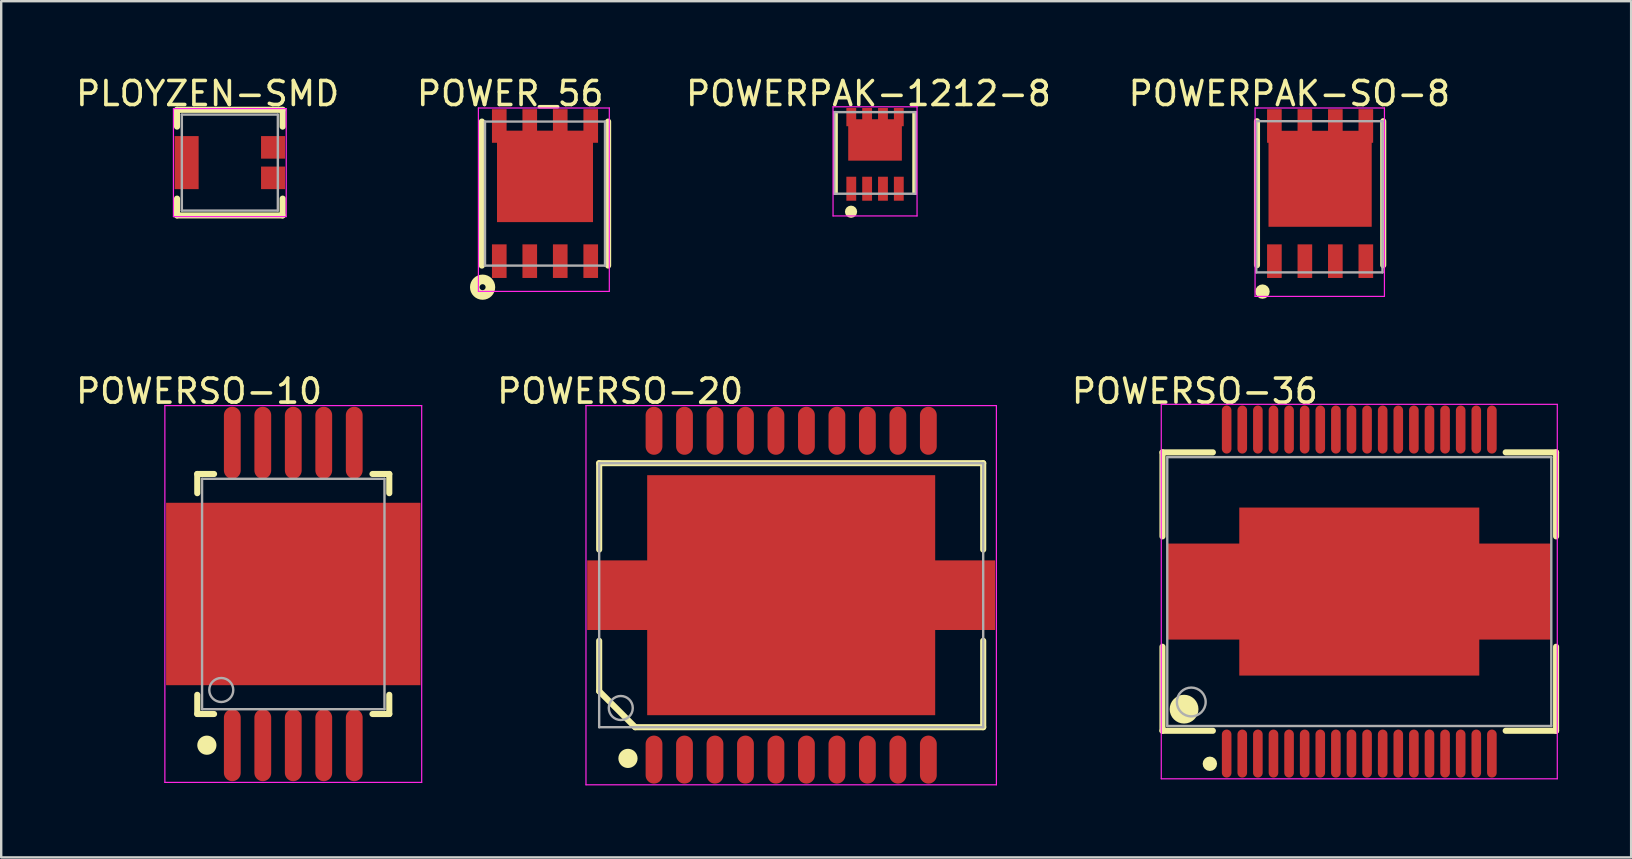
<source format=kicad_pcb>
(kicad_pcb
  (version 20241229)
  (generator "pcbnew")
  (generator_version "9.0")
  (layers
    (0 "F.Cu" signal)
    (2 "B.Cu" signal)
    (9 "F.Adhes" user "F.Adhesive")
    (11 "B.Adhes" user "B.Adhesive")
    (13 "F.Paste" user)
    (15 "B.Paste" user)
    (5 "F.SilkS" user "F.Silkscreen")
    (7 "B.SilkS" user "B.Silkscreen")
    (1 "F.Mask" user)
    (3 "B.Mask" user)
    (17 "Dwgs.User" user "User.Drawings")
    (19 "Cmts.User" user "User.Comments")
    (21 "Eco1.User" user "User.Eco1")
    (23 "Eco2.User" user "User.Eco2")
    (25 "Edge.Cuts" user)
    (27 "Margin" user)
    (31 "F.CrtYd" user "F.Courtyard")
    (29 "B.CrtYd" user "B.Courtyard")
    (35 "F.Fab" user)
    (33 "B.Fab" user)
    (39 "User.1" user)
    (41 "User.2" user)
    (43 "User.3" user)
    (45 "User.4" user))
  (footprint "POWERSO-20"
    (layer "F.Cu")
    (at 29.914 21.748)
    (property "Reference" "POWERSO-20" (at -7.125 -8.501 0) (layer "F.SilkS") (effects (font (size 1 1) (thickness 0.15))))
    (attr through_hole)
    (fp_line (start -8 -5.5) (end 8 -5.5) (stroke (width 0.254) (type solid)) (layer "F.SilkS"))
    (fp_line (start -8 -1.9) (end -8 -5.5) (stroke (width 0.254) (type solid)) (layer "F.SilkS"))
    (fp_line (start -8 4) (end -8 1.9) (stroke (width 0.254) (type solid)) (layer "F.SilkS"))
    (fp_line (start -8 4) (end -6.5 5.5) (stroke (width 0.254) (type solid)) (layer "F.SilkS"))
    (fp_line (start -6.5 5.5) (end 8 5.5) (stroke (width 0.254) (type solid)) (layer "F.SilkS"))
    (fp_line (start 8 -1.9) (end 8 -5.5) (stroke (width 0.254) (type solid)) (layer "F.SilkS"))
    (fp_line (start 8 5.5) (end 8 1.9) (stroke (width 0.254) (type solid)) (layer "F.SilkS"))
    (fp_circle (center -6.8 6.8) (end -6.6 6.8) (stroke (width 0.4) (type solid)) (fill no) (layer "F.SilkS"))
    (fp_line (start -8.55 -7.9) (end 8.55 -7.9) (stroke (width 0.05) (type solid)) (layer "F.CrtYd"))
    (fp_line (start -8.55 7.9) (end -8.55 -7.9) (stroke (width 0.05) (type solid)) (layer "F.CrtYd"))
    (fp_line (start 8.55 -7.9) (end 8.55 7.9) (stroke (width 0.05) (type solid)) (layer "F.CrtYd"))
    (fp_line (start 8.55 7.9) (end -8.55 7.9) (stroke (width 0.05) (type solid)) (layer "F.CrtYd"))
    (fp_line (start -8 -5.5) (end 8 -5.5) (stroke (width 0.1) (type solid)) (layer "F.Fab"))
    (fp_line (start -8 5.5) (end -8 -5.5) (stroke (width 0.1) (type solid)) (layer "F.Fab"))
    (fp_line (start -8 5.5) (end 8 5.5) (stroke (width 0.1) (type solid)) (layer "F.Fab"))
    (fp_line (start 8 5.5) (end 8 -5.5) (stroke (width 0.1) (type solid)) (layer "F.Fab"))
    (fp_circle (center -7.1 4.7) (end -6.6 4.7) (stroke (width 0.1) (type solid)) (fill no) (layer "F.Fab"))
    (pad "0" smd rect (at 0 0 90) (size 2.9 17) (layers "F.Cu" "F.Mask" "F.Paste"))
    (pad "0" smd rect (at 0 0 90) (size 10 12) (layers "F.Cu" "F.Mask" "F.Paste"))
    (pad "1" smd oval (at -5.715 6.85 90) (size 2 0.7) (layers "F.Cu" "F.Mask" "F.Paste"))
    (pad "2" smd oval (at -4.445 6.85 90) (size 2 0.7) (layers "F.Cu" "F.Mask" "F.Paste"))
    (pad "3" smd oval (at -3.175 6.85 90) (size 2 0.7) (layers "F.Cu" "F.Mask" "F.Paste"))
    (pad "4" smd oval (at -1.905 6.85 90) (size 2 0.7) (layers "F.Cu" "F.Mask" "F.Paste"))
    (pad "5" smd oval (at -0.635 6.85 90) (size 2 0.7) (layers "F.Cu" "F.Mask" "F.Paste"))
    (pad "6" smd oval (at 0.635 6.85 90) (size 2 0.7) (layers "F.Cu" "F.Mask" "F.Paste"))
    (pad "7" smd oval (at 1.905 6.85 90) (size 2 0.7) (layers "F.Cu" "F.Mask" "F.Paste"))
    (pad "8" smd oval (at 3.175 6.85 90) (size 2 0.7) (layers "F.Cu" "F.Mask" "F.Paste"))
    (pad "9" smd oval (at 4.445 6.85 90) (size 2 0.7) (layers "F.Cu" "F.Mask" "F.Paste"))
    (pad "10" smd oval (at 5.715 6.85 90) (size 2 0.7) (layers "F.Cu" "F.Mask" "F.Paste"))
    (pad "11" smd oval (at 5.715 -6.85 90) (size 2 0.7) (layers "F.Cu" "F.Mask" "F.Paste"))
    (pad "12" smd oval (at 4.445 -6.85 90) (size 2 0.7) (layers "F.Cu" "F.Mask" "F.Paste"))
    (pad "13" smd oval (at 3.175 -6.85 90) (size 2 0.7) (layers "F.Cu" "F.Mask" "F.Paste"))
    (pad "14" smd oval (at 1.905 -6.85 90) (size 2 0.7) (layers "F.Cu" "F.Mask" "F.Paste"))
    (pad "15" smd oval (at 0.635 -6.85 90) (size 2 0.7) (layers "F.Cu" "F.Mask" "F.Paste"))
    (pad "16" smd oval (at -0.635 -6.85 90) (size 2 0.7) (layers "F.Cu" "F.Mask" "F.Paste"))
    (pad "17" smd oval (at -1.905 -6.85 90) (size 2 0.7) (layers "F.Cu" "F.Mask" "F.Paste"))
    (pad "18" smd oval (at -3.175 -6.85 90) (size 2 0.7) (layers "F.Cu" "F.Mask" "F.Paste"))
    (pad "19" smd oval (at -4.445 -6.85 90) (size 2 0.7) (layers "F.Cu" "F.Mask" "F.Paste"))
    (pad "20" smd oval (at -5.715 -6.85 90) (size 2 0.7) (layers "F.Cu" "F.Mask" "F.Paste")))
  (footprint "POWERSO-10"
    (layer "F.Cu")
    (at 9.169 21.698)
    (property "Reference" "POWERSO-10" (at -3.925 -8.451 0) (layer "F.SilkS") (effects (font (size 1 1) (thickness 0.15))))
    (attr through_hole)
    (fp_line (start -4 -5) (end -3.3 -5) (stroke (width 0.254) (type solid)) (layer "F.SilkS"))
    (fp_line (start -4 -4.2) (end -4 -5) (stroke (width 0.254) (type solid)) (layer "F.SilkS"))
    (fp_line (start -4 5) (end -4 4.2) (stroke (width 0.254) (type solid)) (layer "F.SilkS"))
    (fp_line (start -4 5) (end -3.3 5) (stroke (width 0.254) (type solid)) (layer "F.SilkS"))
    (fp_line (start 3.3 -5) (end 4 -5) (stroke (width 0.254) (type solid)) (layer "F.SilkS"))
    (fp_line (start 3.3 5) (end 4 5) (stroke (width 0.254) (type solid)) (layer "F.SilkS"))
    (fp_line (start 4 -4.2) (end 4 -5) (stroke (width 0.254) (type solid)) (layer "F.SilkS"))
    (fp_line (start 4 5) (end 4 4.2) (stroke (width 0.254) (type solid)) (layer "F.SilkS"))
    (fp_circle (center -3.6 6.3) (end -3.4 6.3) (stroke (width 0.4) (type solid)) (fill no) (layer "F.SilkS"))
    (fp_line (start -5.35 -7.85) (end 5.35 -7.85) (stroke (width 0.05) (type solid)) (layer "F.CrtYd"))
    (fp_line (start -5.35 7.85) (end -5.35 -7.85) (stroke (width 0.05) (type solid)) (layer "F.CrtYd"))
    (fp_line (start 5.35 -7.85) (end 5.35 7.85) (stroke (width 0.05) (type solid)) (layer "F.CrtYd"))
    (fp_line (start 5.35 7.85) (end -5.35 7.85) (stroke (width 0.05) (type solid)) (layer "F.CrtYd"))
    (fp_line (start -3.8 -4.8) (end 3.8 -4.8) (stroke (width 0.1) (type solid)) (layer "F.Fab"))
    (fp_line (start -3.8 4.8) (end -3.8 -4.8) (stroke (width 0.1) (type solid)) (layer "F.Fab"))
    (fp_line (start -3.8 4.8) (end 3.8 4.8) (stroke (width 0.1) (type solid)) (layer "F.Fab"))
    (fp_line (start 3.8 4.8) (end 3.8 -4.8) (stroke (width 0.1) (type solid)) (layer "F.Fab"))
    (fp_circle (center -3 4) (end -2.5 4) (stroke (width 0.1) (type solid)) (fill no) (layer "F.Fab"))
    (pad "0" smd rect (at 0 0 90) (size 7.6 10.6) (layers "F.Cu" "F.Mask" "F.Paste"))
    (pad "1" smd oval (at -2.54 6.3 90) (size 3 0.7) (layers "F.Cu" "F.Mask" "F.Paste"))
    (pad "2" smd oval (at -1.27 6.3 90) (size 3 0.7) (layers "F.Cu" "F.Mask" "F.Paste"))
    (pad "3" smd oval (at 0 6.3 90) (size 3 0.7) (layers "F.Cu" "F.Mask" "F.Paste"))
    (pad "4" smd oval (at 1.27 6.3 90) (size 3 0.7) (layers "F.Cu" "F.Mask" "F.Paste"))
    (pad "5" smd oval (at 2.54 6.3 90) (size 3 0.7) (layers "F.Cu" "F.Mask" "F.Paste"))
    (pad "6" smd oval (at 2.54 -6.3 90) (size 3 0.7) (layers "F.Cu" "F.Mask" "F.Paste"))
    (pad "7" smd oval (at 1.27 -6.3 90) (size 3 0.7) (layers "F.Cu" "F.Mask" "F.Paste"))
    (pad "8" smd oval (at 0 -6.3 90) (size 3 0.7) (layers "F.Cu" "F.Mask" "F.Paste"))
    (pad "9" smd oval (at -1.27 -6.3 90) (size 3 0.7) (layers "F.Cu" "F.Mask" "F.Paste"))
    (pad "10" smd oval (at -2.54 -6.3 90) (size 3 0.7) (layers "F.Cu" "F.Mask" "F.Paste")))
  (footprint "POWER_56"
    (layer "F.Cu")
    (at 19.657 5.015)
    (property "Reference" "POWER_56" (at -1.449 -4.167 0) (layer "F.SilkS") (effects (font (size 1 1) (thickness 0.15))))
    (attr through_hole)
    (fp_line (start -2.63 3) (end -2.63 -3) (stroke (width 0.254) (type solid)) (layer "F.SilkS"))
    (fp_line (start 2.63 3) (end 2.63 -3) (stroke (width 0.254) (type solid)) (layer "F.SilkS"))
    (fp_circle (center -2.6 3.9) (end -2.475 3.9) (stroke (width 0.4) (type solid)) (fill no) (layer "F.SilkS"))
    (fp_line (start -2.775 -3.566) (end 2.68 -3.566) (stroke (width 0.05) (type solid)) (layer "F.CrtYd"))
    (fp_line (start -2.775 4.075) (end -2.775 -3.566) (stroke (width 0.05) (type solid)) (layer "F.CrtYd"))
    (fp_line (start 2.68 -3.566) (end 2.68 4.075) (stroke (width 0.05) (type solid)) (layer "F.CrtYd"))
    (fp_line (start 2.68 4.075) (end -2.775 4.075) (stroke (width 0.05) (type solid)) (layer "F.CrtYd"))
    (fp_line (start -2.5 -3) (end 2.5 -3) (stroke (width 0.1) (type solid)) (layer "F.Fab"))
    (fp_line (start -2.5 3) (end -2.5 -3) (stroke (width 0.1) (type solid)) (layer "F.Fab"))
    (fp_line (start -2.5 3) (end 2.5 3) (stroke (width 0.1) (type solid)) (layer "F.Fab"))
    (fp_line (start 2.5 3) (end 2.5 -3) (stroke (width 0.1) (type solid)) (layer "F.Fab"))
    (pad "0" smd rect (at 0 -0.716 90) (size 3.81 4) (layers "F.Cu" "F.Mask" "F.Paste"))
    (pad "1" smd rect (at -1.905 2.816) (size 0.61 1.4) (layers "F.Cu" "F.Mask" "F.Paste"))
    (pad "2" smd rect (at -0.635 2.816) (size 0.61 1.4) (layers "F.Cu" "F.Mask" "F.Paste"))
    (pad "3" smd rect (at 0.635 2.816) (size 0.61 1.4) (layers "F.Cu" "F.Mask" "F.Paste"))
    (pad "4" smd rect (at 1.905 2.816) (size 0.61 1.4) (layers "F.Cu" "F.Mask" "F.Paste"))
    (pad "5" smd rect (at 1.905 -2.816) (size 0.61 1.4) (layers "F.Cu" "F.Mask" "F.Paste"))
    (pad "6" smd rect (at 0.635 -2.816) (size 0.61 1.4) (layers "F.Cu" "F.Mask" "F.Paste"))
    (pad "7" smd rect (at -0.635 -2.816) (size 0.61 1.4) (layers "F.Cu" "F.Mask" "F.Paste"))
    (pad "8" smd rect (at -1.905 -2.816) (size 0.61 1.4) (layers "F.Cu" "F.Mask" "F.Paste")))
  (footprint "POWERSO-36"
    (layer "F.Cu")
    (at 53.583 21.597)
    (property "Reference" "POWERSO-36" (at -6.851 -8.35 0) (layer "F.SilkS") (effects (font (size 1 1) (thickness 0.15))))
    (attr through_hole)
    (fp_line (start -8.2 -5.8) (end -6.1 -5.8) (stroke (width 0.254) (type solid)) (layer "F.SilkS"))
    (fp_line (start -8.2 -2.3) (end -8.2 -5.8) (stroke (width 0.254) (type solid)) (layer "F.SilkS"))
    (fp_line (start -8.2 5.8) (end -8.2 2.3) (stroke (width 0.254) (type solid)) (layer "F.SilkS"))
    (fp_line (start -8.2 5.8) (end -6.1 5.8) (stroke (width 0.254) (type solid)) (layer "F.SilkS"))
    (fp_line (start 6.1 -5.8) (end 8.2 -5.8) (stroke (width 0.254) (type solid)) (layer "F.SilkS"))
    (fp_line (start 6.1 5.8) (end 8.2 5.8) (stroke (width 0.254) (type solid)) (layer "F.SilkS"))
    (fp_line (start 8.2 -2.3) (end 8.2 -5.8) (stroke (width 0.254) (type solid)) (layer "F.SilkS"))
    (fp_line (start 8.2 5.8) (end 8.2 2.3) (stroke (width 0.254) (type solid)) (layer "F.SilkS"))
    (fp_circle (center -7.3 4.9) (end -7 4.9) (stroke (width 0.6) (type solid)) (fill no) (layer "F.SilkS"))
    (fp_circle (center -6.225 7.175) (end -6.075 7.175) (stroke (width 0.3) (type solid)) (fill no) (layer "F.SilkS"))
    (fp_line (start -8.25 -7.8) (end 8.25 -7.8) (stroke (width 0.05) (type solid)) (layer "F.CrtYd"))
    (fp_line (start -8.25 7.8) (end -8.25 -7.8) (stroke (width 0.05) (type solid)) (layer "F.CrtYd"))
    (fp_line (start 8.25 -7.8) (end 8.25 7.8) (stroke (width 0.05) (type solid)) (layer "F.CrtYd"))
    (fp_line (start 8.25 7.8) (end -8.25 7.8) (stroke (width 0.05) (type solid)) (layer "F.CrtYd"))
    (fp_line (start -8 -5.6) (end 8 -5.6) (stroke (width 0.1) (type solid)) (layer "F.Fab"))
    (fp_line (start -8 5.6) (end -8 -5.6) (stroke (width 0.1) (type solid)) (layer "F.Fab"))
    (fp_line (start -8 5.6) (end 8 5.6) (stroke (width 0.1) (type solid)) (layer "F.Fab"))
    (fp_line (start 8 5.6) (end 8 -5.6) (stroke (width 0.1) (type solid)) (layer "F.Fab"))
    (fp_circle (center -7 4.6) (end -6.4 4.6) (stroke (width 0.1) (type solid)) (fill no) (layer "F.Fab"))
    (pad "0" smd rect (at 0 0 90) (size 4 16) (layers "F.Cu" "F.Mask" "F.Paste"))
    (pad "0" smd rect (at 0 0 90) (size 7 10) (layers "F.Cu" "F.Mask" "F.Paste"))
    (pad "1" smd oval (at -5.525 6.75 90) (size 2 0.4) (layers "F.Cu" "F.Mask" "F.Paste"))
    (pad "2" smd oval (at -4.875 6.75 90) (size 2 0.4) (layers "F.Cu" "F.Mask" "F.Paste"))
    (pad "3" smd oval (at -4.225 6.75 90) (size 2 0.4) (layers "F.Cu" "F.Mask" "F.Paste"))
    (pad "4" smd oval (at -3.575 6.75 90) (size 2 0.4) (layers "F.Cu" "F.Mask" "F.Paste"))
    (pad "5" smd oval (at -2.925 6.75 90) (size 2 0.4) (layers "F.Cu" "F.Mask" "F.Paste"))
    (pad "6" smd oval (at -2.275 6.75 90) (size 2 0.4) (layers "F.Cu" "F.Mask" "F.Paste"))
    (pad "7" smd oval (at -1.625 6.75 90) (size 2 0.4) (layers "F.Cu" "F.Mask" "F.Paste"))
    (pad "8" smd oval (at -0.975 6.75 90) (size 2 0.4) (layers "F.Cu" "F.Mask" "F.Paste"))
    (pad "9" smd oval (at -0.325 6.75 90) (size 2 0.4) (layers "F.Cu" "F.Mask" "F.Paste"))
    (pad "10" smd oval (at 0.325 6.75 90) (size 2 0.4) (layers "F.Cu" "F.Mask" "F.Paste"))
    (pad "11" smd oval (at 0.975 6.75 90) (size 2 0.4) (layers "F.Cu" "F.Mask" "F.Paste"))
    (pad "12" smd oval (at 1.625 6.75 90) (size 2 0.4) (layers "F.Cu" "F.Mask" "F.Paste"))
    (pad "13" smd oval (at 2.275 6.75 90) (size 2 0.4) (layers "F.Cu" "F.Mask" "F.Paste"))
    (pad "14" smd oval (at 2.925 6.75 90) (size 2 0.4) (layers "F.Cu" "F.Mask" "F.Paste"))
    (pad "15" smd oval (at 3.575 6.75 90) (size 2 0.4) (layers "F.Cu" "F.Mask" "F.Paste"))
    (pad "16" smd oval (at 4.225 6.75 90) (size 2 0.4) (layers "F.Cu" "F.Mask" "F.Paste"))
    (pad "17" smd oval (at 4.875 6.75 90) (size 2 0.4) (layers "F.Cu" "F.Mask" "F.Paste"))
    (pad "18" smd oval (at 5.525 6.75 90) (size 2 0.4) (layers "F.Cu" "F.Mask" "F.Paste"))
    (pad "19" smd oval (at 5.525 -6.75 270) (size 2 0.4) (layers "F.Cu" "F.Mask" "F.Paste"))
    (pad "20" smd oval (at 4.875 -6.75 270) (size 2 0.4) (layers "F.Cu" "F.Mask" "F.Paste"))
    (pad "21" smd oval (at 4.225 -6.75 270) (size 2 0.4) (layers "F.Cu" "F.Mask" "F.Paste"))
    (pad "22" smd oval (at 3.575 -6.75 270) (size 2 0.4) (layers "F.Cu" "F.Mask" "F.Paste"))
    (pad "23" smd oval (at 2.925 -6.75 270) (size 2 0.4) (layers "F.Cu" "F.Mask" "F.Paste"))
    (pad "24" smd oval (at 2.275 -6.75 270) (size 2 0.4) (layers "F.Cu" "F.Mask" "F.Paste"))
    (pad "25" smd oval (at 1.625 -6.75 270) (size 2 0.4) (layers "F.Cu" "F.Mask" "F.Paste"))
    (pad "26" smd oval (at 0.975 -6.75 270) (size 2 0.4) (layers "F.Cu" "F.Mask" "F.Paste"))
    (pad "27" smd oval (at 0.325 -6.75 270) (size 2 0.4) (layers "F.Cu" "F.Mask" "F.Paste"))
    (pad "28" smd oval (at -0.325 -6.75 270) (size 2 0.4) (layers "F.Cu" "F.Mask" "F.Paste"))
    (pad "29" smd oval (at -0.975 -6.75 270) (size 2 0.4) (layers "F.Cu" "F.Mask" "F.Paste"))
    (pad "30" smd oval (at -1.625 -6.75 270) (size 2 0.4) (layers "F.Cu" "F.Mask" "F.Paste"))
    (pad "31" smd oval (at -2.275 -6.75 270) (size 2 0.4) (layers "F.Cu" "F.Mask" "F.Paste"))
    (pad "32" smd oval (at -2.925 -6.75 270) (size 2 0.4) (layers "F.Cu" "F.Mask" "F.Paste"))
    (pad "33" smd oval (at -3.575 -6.75 270) (size 2 0.4) (layers "F.Cu" "F.Mask" "F.Paste"))
    (pad "34" smd oval (at -4.225 -6.75 270) (size 2 0.4) (layers "F.Cu" "F.Mask" "F.Paste"))
    (pad "35" smd oval (at -4.875 -6.75 270) (size 2 0.4) (layers "F.Cu" "F.Mask" "F.Paste"))
    (pad "36" smd oval (at -5.525 -6.75 270) (size 2 0.4) (layers "F.Cu" "F.Mask" "F.Paste")))
  (footprint "POWERPAK-1212-8"
    (layer "F.Cu")
    (at 33.408 3.321)
    (property "Reference" "POWERPAK-1212-8" (at -0.274 -2.472 0) (layer "F.SilkS") (effects (font (size 1 1) (thickness 0.15))))
    (attr through_hole)
    (fp_line (start -1.65 1.65) (end -1.65 -1.65) (stroke (width 0.2) (type solid)) (layer "F.SilkS"))
    (fp_line (start 1.65 1.65) (end 1.65 -1.65) (stroke (width 0.2) (type solid)) (layer "F.SilkS"))
    (fp_circle (center -1 2.45) (end -0.873 2.45) (stroke (width 0.254) (type solid)) (fill no) (layer "F.SilkS"))
    (fp_line (start -1.75 -1.922) (end 1.75 -1.922) (stroke (width 0.05) (type solid)) (layer "F.CrtYd"))
    (fp_line (start -1.75 2.627) (end -1.75 -1.922) (stroke (width 0.05) (type solid)) (layer "F.CrtYd"))
    (fp_line (start 1.75 -1.922) (end 1.75 2.627) (stroke (width 0.05) (type solid)) (layer "F.CrtYd"))
    (fp_line (start 1.75 2.627) (end -1.75 2.627) (stroke (width 0.05) (type solid)) (layer "F.CrtYd"))
    (fp_line (start -1.7 -1.7) (end 1.7 -1.7) (stroke (width 0.1) (type solid)) (layer "F.Fab"))
    (fp_line (start -1.7 1.7) (end -1.7 -1.7) (stroke (width 0.1) (type solid)) (layer "F.Fab"))
    (fp_line (start -1.7 1.7) (end 1.7 1.7) (stroke (width 0.1) (type solid)) (layer "F.Fab"))
    (fp_line (start 1.7 1.7) (end 1.7 -1.7) (stroke (width 0.1) (type solid)) (layer "F.Fab"))
    (pad "0" smd rect (at 0 -0.54 90) (size 1.725 2.235) (layers "F.Cu" "F.Mask" "F.Paste"))
    (pad "1" smd rect (at -0.99 1.492 90) (size 1 0.41) (layers "F.Cu" "F.Mask" "F.Paste"))
    (pad "2" smd rect (at -0.33 1.492 90) (size 1 0.41) (layers "F.Cu" "F.Mask" "F.Paste"))
    (pad "3" smd rect (at 0.33 1.492 90) (size 1 0.41) (layers "F.Cu" "F.Mask" "F.Paste"))
    (pad "4" smd rect (at 0.99 1.492 90) (size 1 0.41) (layers "F.Cu" "F.Mask" "F.Paste"))
    (pad "5" smd rect (at 0.99 -1.492 90) (size 0.76 0.41) (layers "F.Cu" "F.Mask" "F.Paste"))
    (pad "6" smd rect (at 0.33 -1.492 90) (size 0.76 0.41) (layers "F.Cu" "F.Mask" "F.Paste"))
    (pad "7" smd rect (at -0.33 -1.492 90) (size 0.76 0.41) (layers "F.Cu" "F.Mask" "F.Paste"))
    (pad "8" smd rect (at -0.99 -1.492 90) (size 0.76 0.41) (layers "F.Cu" "F.Mask" "F.Paste")))
  (footprint "POWERPAK-SO-8"
    (layer "F.Cu")
    (at 51.951 5.015)
    (property "Reference" "POWERPAK-SO-8" (at -1.281 -4.167 0) (layer "F.SilkS") (effects (font (size 1 1) (thickness 0.15))))
    (attr through_hole)
    (fp_line (start -2.63 2.984) (end -2.63 -3.016) (stroke (width 0.254) (type solid)) (layer "F.SilkS"))
    (fp_line (start 2.63 2.984) (end 2.63 -3.016) (stroke (width 0.254) (type solid)) (layer "F.SilkS"))
    (fp_circle (center -2.4 4.084) (end -2.25 4.084) (stroke (width 0.3) (type solid)) (fill no) (layer "F.SilkS"))
    (fp_line (start -2.71 -3.566) (end 2.68 -3.566) (stroke (width 0.05) (type solid)) (layer "F.CrtYd"))
    (fp_line (start -2.71 4.284) (end -2.71 -3.566) (stroke (width 0.05) (type solid)) (layer "F.CrtYd"))
    (fp_line (start 2.68 -3.566) (end 2.68 4.284) (stroke (width 0.05) (type solid)) (layer "F.CrtYd"))
    (fp_line (start 2.68 4.284) (end -2.71 4.284) (stroke (width 0.05) (type solid)) (layer "F.CrtYd"))
    (fp_line (start -2.66 -3.016) (end 2.6 -3.016) (stroke (width 0.1) (type solid)) (layer "F.Fab"))
    (fp_line (start -2.66 3.284) (end -2.66 -3.016) (stroke (width 0.1) (type solid)) (layer "F.Fab"))
    (fp_line (start -2.66 3.284) (end 2.6 3.284) (stroke (width 0.1) (type solid)) (layer "F.Fab"))
    (fp_line (start 2.6 3.284) (end 2.6 -3.016) (stroke (width 0.1) (type solid)) (layer "F.Fab"))
    (pad "1" smd rect (at -1.905 2.816) (size 0.61 1.4) (layers "F.Cu" "F.Mask" "F.Paste"))
    (pad "1" smd rect (at -0.635 2.816) (size 0.61 1.4) (layers "F.Cu" "F.Mask" "F.Paste"))
    (pad "1" smd rect (at 0.635 2.816) (size 0.61 1.4) (layers "F.Cu" "F.Mask" "F.Paste"))
    (pad "2" smd rect (at 1.905 2.816) (size 0.61 1.4) (layers "F.Cu" "F.Mask" "F.Paste"))
    (pad "3" smd rect (at -1.905 -2.816) (size 0.61 1.4) (layers "F.Cu" "F.Mask" "F.Paste"))
    (pad "3" smd rect (at -0.635 -2.816) (size 0.61 1.4) (layers "F.Cu" "F.Mask" "F.Paste"))
    (pad "3" smd rect (at 0 -0.616 90) (size 4 4.3) (layers "F.Cu" "F.Mask" "F.Paste"))
    (pad "3" smd rect (at 0.635 -2.816) (size 0.61 1.4) (layers "F.Cu" "F.Mask" "F.Paste"))
    (pad "3" smd rect (at 1.905 -2.816) (size 0.61 1.4) (layers "F.Cu" "F.Mask" "F.Paste")))
  (footprint "PLOYZEN-SMD"
    (layer "F.Cu")
    (at 6.526 3.725)
    (property "Reference" "PLOYZEN-SMD" (at -0.925 -2.876 0) (layer "F.SilkS") (effects (font (size 1 1) (thickness 0.15))))
    (attr through_hole)
    (fp_line (start -2.2 -2.2) (end 2.2 -2.2) (stroke (width 0.254) (type solid)) (layer "F.SilkS"))
    (fp_line (start -2.2 -1.5) (end -2.2 -2.2) (stroke (width 0.254) (type solid)) (layer "F.SilkS"))
    (fp_line (start -2.2 2.2) (end -2.2 1.5) (stroke (width 0.254) (type solid)) (layer "F.SilkS"))
    (fp_line (start -2.2 2.2) (end 2.2 2.2) (stroke (width 0.254) (type solid)) (layer "F.SilkS"))
    (fp_line (start 2.2 -1.5) (end 2.2 -2.2) (stroke (width 0.254) (type solid)) (layer "F.SilkS"))
    (fp_line (start 2.2 2.2) (end 2.2 1.5) (stroke (width 0.254) (type solid)) (layer "F.SilkS"))
    (fp_line (start -2.35 -2.25) (end 2.35 -2.25) (stroke (width 0.05) (type solid)) (layer "F.CrtYd"))
    (fp_line (start -2.35 2.25) (end -2.35 -2.25) (stroke (width 0.05) (type solid)) (layer "F.CrtYd"))
    (fp_line (start 2.35 -2.25) (end 2.35 2.25) (stroke (width 0.05) (type solid)) (layer "F.CrtYd"))
    (fp_line (start 2.35 2.25) (end -2.35 2.25) (stroke (width 0.05) (type solid)) (layer "F.CrtYd"))
    (fp_line (start -2 -2) (end 2 -2) (stroke (width 0.1) (type solid)) (layer "F.Fab"))
    (fp_line (start -2 2) (end -2 -2) (stroke (width 0.1) (type solid)) (layer "F.Fab"))
    (fp_line (start -2 2) (end 2 2) (stroke (width 0.1) (type solid)) (layer "F.Fab"))
    (fp_line (start 2 2) (end 2 -2) (stroke (width 0.1) (type solid)) (layer "F.Fab"))
    (pad "1" smd rect (at -1.8 0 90) (size 2.21 1) (layers "F.Cu" "F.Mask" "F.Paste"))
    (pad "2" smd rect (at 1.8 -0.635 270) (size 0.94 1) (layers "F.Cu" "F.Mask" "F.Paste"))
    (pad "3" smd rect (at 1.8 0.635 270) (size 0.94 1) (layers "F.Cu" "F.Mask" "F.Paste")))
  (gr_rect
    (start -3 -3)
    (end 64.91 32.673)
    (stroke (width 0.1) (type default))
    (fill no)
    (layer "Edge.Cuts")))
</source>
